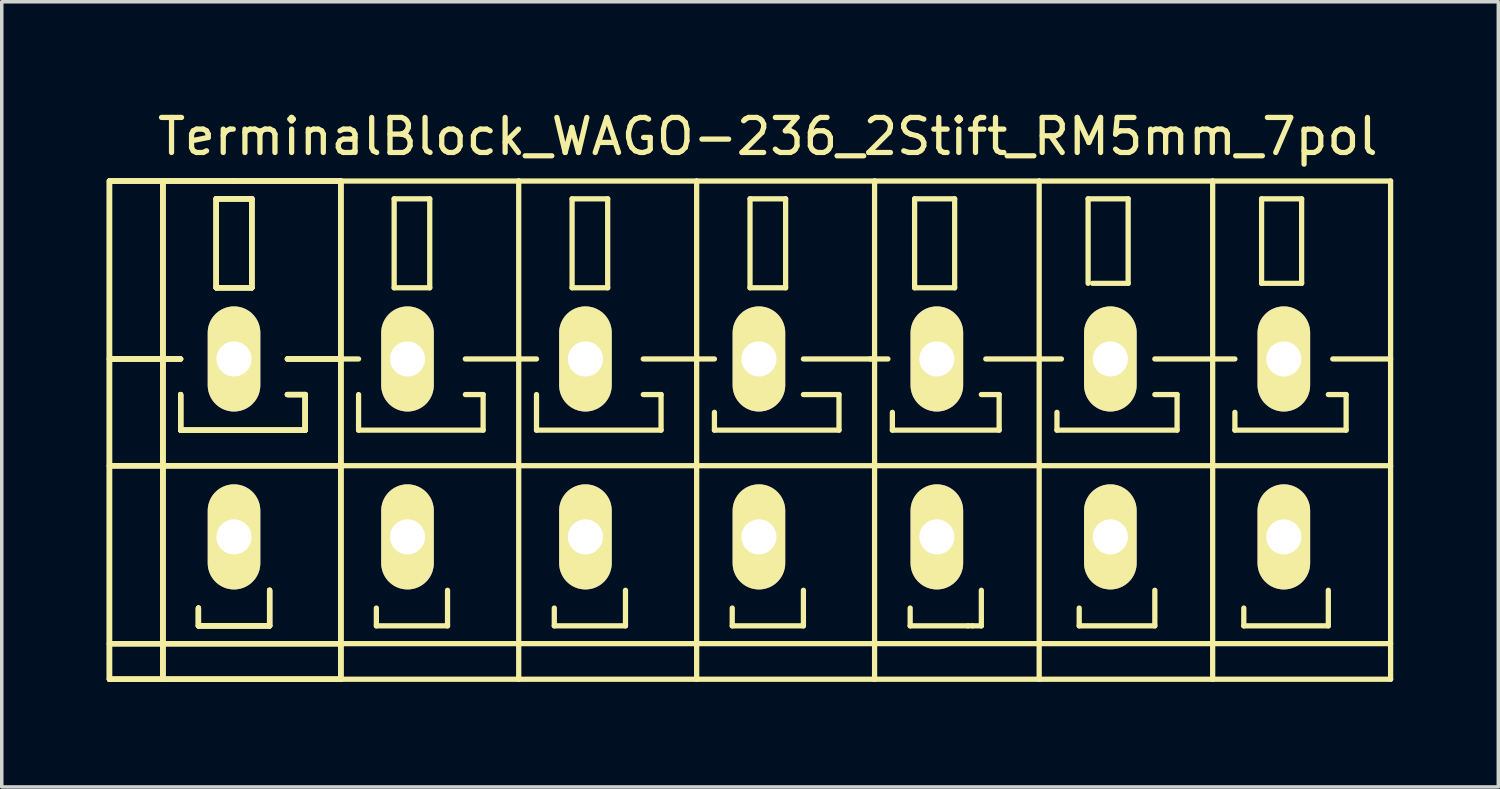
<source format=kicad_pcb>
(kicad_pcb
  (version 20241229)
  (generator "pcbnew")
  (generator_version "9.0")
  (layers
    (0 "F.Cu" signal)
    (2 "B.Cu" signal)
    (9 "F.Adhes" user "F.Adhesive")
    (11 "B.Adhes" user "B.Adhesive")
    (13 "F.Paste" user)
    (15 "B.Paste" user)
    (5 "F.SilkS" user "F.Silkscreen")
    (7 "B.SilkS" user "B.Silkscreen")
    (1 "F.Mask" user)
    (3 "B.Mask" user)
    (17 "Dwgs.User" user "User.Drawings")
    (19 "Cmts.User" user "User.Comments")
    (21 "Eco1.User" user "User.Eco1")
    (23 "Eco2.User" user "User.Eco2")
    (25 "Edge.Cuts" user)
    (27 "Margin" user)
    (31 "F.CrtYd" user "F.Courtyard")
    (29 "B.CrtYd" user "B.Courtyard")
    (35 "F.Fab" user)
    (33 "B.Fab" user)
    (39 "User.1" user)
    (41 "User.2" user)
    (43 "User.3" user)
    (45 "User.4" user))
  (footprint "TerminalBlock_WAGO-236_2Stift_RM5mm_7pol"
    (layer "F.Cu")
    (at 18.871 9.738)
    (property "Reference" "TerminalBlock_WAGO-236_2Stift_RM5mm_7pol" (at 0 -8.89 0) (layer "F.SilkS") (effects (font (size 1 1) (thickness 0.15))))
    (attr through_hole)
    (fp_line (start -18.796 -7.62) (end -17.272 -7.62) (stroke (width 0.15) (type solid)) (layer "F.SilkS"))
    (fp_line (start -18.796 -7.62) (end -17.272 -7.62) (stroke (width 0.15) (type solid)) (layer "F.SilkS"))
    (fp_line (start -18.796 -7.62) (end -17.272 -7.62) (stroke (width 0.15) (type solid)) (layer "F.SilkS"))
    (fp_line (start -18.796 -7.62) (end -17.272 -7.62) (stroke (width 0.15) (type solid)) (layer "F.SilkS"))
    (fp_line (start -18.796 -2.54) (end -16.764 -2.54) (stroke (width 0.15) (type solid)) (layer "F.SilkS"))
    (fp_line (start -18.796 -2.54) (end -16.764 -2.54) (stroke (width 0.15) (type solid)) (layer "F.SilkS"))
    (fp_line (start -18.796 -2.54) (end -16.764 -2.54) (stroke (width 0.15) (type solid)) (layer "F.SilkS"))
    (fp_line (start -18.796 -2.54) (end -16.764 -2.54) (stroke (width 0.15) (type solid)) (layer "F.SilkS"))
    (fp_line (start -18.796 0.508) (end -12.192 0.508) (stroke (width 0.15) (type solid)) (layer "F.SilkS"))
    (fp_line (start -18.796 0.508) (end -12.192 0.508) (stroke (width 0.15) (type solid)) (layer "F.SilkS"))
    (fp_line (start -18.796 0.508) (end -12.192 0.508) (stroke (width 0.15) (type solid)) (layer "F.SilkS"))
    (fp_line (start -18.796 0.508) (end -12.192 0.508) (stroke (width 0.15) (type solid)) (layer "F.SilkS"))
    (fp_line (start -18.796 5.588) (end -12.192 5.588) (stroke (width 0.15) (type solid)) (layer "F.SilkS"))
    (fp_line (start -18.796 5.588) (end -12.192 5.588) (stroke (width 0.15) (type solid)) (layer "F.SilkS"))
    (fp_line (start -18.796 5.588) (end -12.192 5.588) (stroke (width 0.15) (type solid)) (layer "F.SilkS"))
    (fp_line (start -18.796 5.588) (end -12.192 5.588) (stroke (width 0.15) (type solid)) (layer "F.SilkS"))
    (fp_line (start -18.796 6.604) (end -18.796 -7.62) (stroke (width 0.15) (type solid)) (layer "F.SilkS"))
    (fp_line (start -18.796 6.604) (end -18.796 -7.62) (stroke (width 0.15) (type solid)) (layer "F.SilkS"))
    (fp_line (start -18.796 6.604) (end -18.796 -7.62) (stroke (width 0.15) (type solid)) (layer "F.SilkS"))
    (fp_line (start -18.796 6.604) (end -18.796 -7.62) (stroke (width 0.15) (type solid)) (layer "F.SilkS"))
    (fp_line (start -17.272 -7.62) (end -15.24 -7.62) (stroke (width 0.15) (type solid)) (layer "F.SilkS"))
    (fp_line (start -17.272 -7.62) (end -15.24 -7.62) (stroke (width 0.15) (type solid)) (layer "F.SilkS"))
    (fp_line (start -17.272 -7.62) (end -15.24 -7.62) (stroke (width 0.15) (type solid)) (layer "F.SilkS"))
    (fp_line (start -17.272 -7.62) (end -15.24 -7.62) (stroke (width 0.15) (type solid)) (layer "F.SilkS"))
    (fp_line (start -17.272 6.604) (end -18.796 6.604) (stroke (width 0.15) (type solid)) (layer "F.SilkS"))
    (fp_line (start -17.272 6.604) (end -18.796 6.604) (stroke (width 0.15) (type solid)) (layer "F.SilkS"))
    (fp_line (start -17.272 6.604) (end -18.796 6.604) (stroke (width 0.15) (type solid)) (layer "F.SilkS"))
    (fp_line (start -17.272 6.604) (end -18.796 6.604) (stroke (width 0.15) (type solid)) (layer "F.SilkS"))
    (fp_line (start -17.272 6.604) (end -17.272 -7.62) (stroke (width 0.15) (type solid)) (layer "F.SilkS"))
    (fp_line (start -17.272 6.604) (end -17.272 -7.62) (stroke (width 0.15) (type solid)) (layer "F.SilkS"))
    (fp_line (start -17.272 6.604) (end -17.272 -7.62) (stroke (width 0.15) (type solid)) (layer "F.SilkS"))
    (fp_line (start -17.272 6.604) (end -17.272 -7.62) (stroke (width 0.15) (type solid)) (layer "F.SilkS"))
    (fp_line (start -16.764 -1.524) (end -16.764 -0.508) (stroke (width 0.15) (type solid)) (layer "F.SilkS"))
    (fp_line (start -16.764 -1.524) (end -16.764 -0.508) (stroke (width 0.15) (type solid)) (layer "F.SilkS"))
    (fp_line (start -16.764 -1.524) (end -16.764 -0.508) (stroke (width 0.15) (type solid)) (layer "F.SilkS"))
    (fp_line (start -16.764 -1.524) (end -16.764 -0.508) (stroke (width 0.15) (type solid)) (layer "F.SilkS"))
    (fp_line (start -16.764 -0.508) (end -13.208 -0.508) (stroke (width 0.15) (type solid)) (layer "F.SilkS"))
    (fp_line (start -16.764 -0.508) (end -13.208 -0.508) (stroke (width 0.15) (type solid)) (layer "F.SilkS"))
    (fp_line (start -16.764 -0.508) (end -13.208 -0.508) (stroke (width 0.15) (type solid)) (layer "F.SilkS"))
    (fp_line (start -16.764 -0.508) (end -13.208 -0.508) (stroke (width 0.15) (type solid)) (layer "F.SilkS"))
    (fp_line (start -16.256 4.572) (end -16.256 5.08) (stroke (width 0.15) (type solid)) (layer "F.SilkS"))
    (fp_line (start -16.256 4.572) (end -16.256 5.08) (stroke (width 0.15) (type solid)) (layer "F.SilkS"))
    (fp_line (start -16.256 4.572) (end -16.256 5.08) (stroke (width 0.15) (type solid)) (layer "F.SilkS"))
    (fp_line (start -16.256 4.572) (end -16.256 5.08) (stroke (width 0.15) (type solid)) (layer "F.SilkS"))
    (fp_line (start -16.256 5.08) (end -14.224 5.08) (stroke (width 0.15) (type solid)) (layer "F.SilkS"))
    (fp_line (start -16.256 5.08) (end -14.224 5.08) (stroke (width 0.15) (type solid)) (layer "F.SilkS"))
    (fp_line (start -16.256 5.08) (end -14.224 5.08) (stroke (width 0.15) (type solid)) (layer "F.SilkS"))
    (fp_line (start -16.256 5.08) (end -14.224 5.08) (stroke (width 0.15) (type solid)) (layer "F.SilkS"))
    (fp_line (start -15.748 -7.112) (end -14.732 -7.112) (stroke (width 0.15) (type solid)) (layer "F.SilkS"))
    (fp_line (start -15.748 -7.112) (end -14.732 -7.112) (stroke (width 0.15) (type solid)) (layer "F.SilkS"))
    (fp_line (start -15.748 -7.112) (end -14.732 -7.112) (stroke (width 0.15) (type solid)) (layer "F.SilkS"))
    (fp_line (start -15.748 -7.112) (end -14.732 -7.112) (stroke (width 0.15) (type solid)) (layer "F.SilkS"))
    (fp_line (start -15.748 -4.572) (end -15.748 -7.112) (stroke (width 0.15) (type solid)) (layer "F.SilkS"))
    (fp_line (start -15.748 -4.572) (end -15.748 -7.112) (stroke (width 0.15) (type solid)) (layer "F.SilkS"))
    (fp_line (start -15.748 -4.572) (end -15.748 -7.112) (stroke (width 0.15) (type solid)) (layer "F.SilkS"))
    (fp_line (start -15.748 -4.572) (end -15.748 -7.112) (stroke (width 0.15) (type solid)) (layer "F.SilkS"))
    (fp_line (start -15.24 -7.62) (end -12.192 -7.62) (stroke (width 0.15) (type solid)) (layer "F.SilkS"))
    (fp_line (start -15.24 -7.62) (end -12.192 -7.62) (stroke (width 0.15) (type solid)) (layer "F.SilkS"))
    (fp_line (start -15.24 -7.62) (end -12.192 -7.62) (stroke (width 0.15) (type solid)) (layer "F.SilkS"))
    (fp_line (start -15.24 -7.62) (end -12.192 -7.62) (stroke (width 0.15) (type solid)) (layer "F.SilkS"))
    (fp_line (start -14.732 -7.112) (end -14.732 -4.572) (stroke (width 0.15) (type solid)) (layer "F.SilkS"))
    (fp_line (start -14.732 -7.112) (end -14.732 -4.572) (stroke (width 0.15) (type solid)) (layer "F.SilkS"))
    (fp_line (start -14.732 -7.112) (end -14.732 -4.572) (stroke (width 0.15) (type solid)) (layer "F.SilkS"))
    (fp_line (start -14.732 -7.112) (end -14.732 -4.572) (stroke (width 0.15) (type solid)) (layer "F.SilkS"))
    (fp_line (start -14.732 -4.572) (end -15.748 -4.572) (stroke (width 0.15) (type solid)) (layer "F.SilkS"))
    (fp_line (start -14.732 -4.572) (end -15.748 -4.572) (stroke (width 0.15) (type solid)) (layer "F.SilkS"))
    (fp_line (start -14.732 -4.572) (end -15.748 -4.572) (stroke (width 0.15) (type solid)) (layer "F.SilkS"))
    (fp_line (start -14.732 -4.572) (end -15.748 -4.572) (stroke (width 0.15) (type solid)) (layer "F.SilkS"))
    (fp_line (start -14.224 5.08) (end -14.224 4.064) (stroke (width 0.15) (type solid)) (layer "F.SilkS"))
    (fp_line (start -14.224 5.08) (end -14.224 4.064) (stroke (width 0.15) (type solid)) (layer "F.SilkS"))
    (fp_line (start -14.224 5.08) (end -14.224 4.064) (stroke (width 0.15) (type solid)) (layer "F.SilkS"))
    (fp_line (start -14.224 5.08) (end -14.224 4.064) (stroke (width 0.15) (type solid)) (layer "F.SilkS"))
    (fp_line (start -13.716 -2.54) (end -12.192 -2.54) (stroke (width 0.15) (type solid)) (layer "F.SilkS"))
    (fp_line (start -13.716 -2.54) (end -12.192 -2.54) (stroke (width 0.15) (type solid)) (layer "F.SilkS"))
    (fp_line (start -13.716 -2.54) (end -12.192 -2.54) (stroke (width 0.15) (type solid)) (layer "F.SilkS"))
    (fp_line (start -13.716 -2.54) (end -12.192 -2.54) (stroke (width 0.15) (type solid)) (layer "F.SilkS"))
    (fp_line (start -13.208 -1.524) (end -13.716 -1.524) (stroke (width 0.15) (type solid)) (layer "F.SilkS"))
    (fp_line (start -13.208 -1.524) (end -13.716 -1.524) (stroke (width 0.15) (type solid)) (layer "F.SilkS"))
    (fp_line (start -13.208 -1.524) (end -13.716 -1.524) (stroke (width 0.15) (type solid)) (layer "F.SilkS"))
    (fp_line (start -13.208 -1.524) (end -13.716 -1.524) (stroke (width 0.15) (type solid)) (layer "F.SilkS"))
    (fp_line (start -13.208 -0.508) (end -13.208 -1.524) (stroke (width 0.15) (type solid)) (layer "F.SilkS"))
    (fp_line (start -13.208 -0.508) (end -13.208 -1.524) (stroke (width 0.15) (type solid)) (layer "F.SilkS"))
    (fp_line (start -13.208 -0.508) (end -13.208 -1.524) (stroke (width 0.15) (type solid)) (layer "F.SilkS"))
    (fp_line (start -13.208 -0.508) (end -13.208 -1.524) (stroke (width 0.15) (type solid)) (layer "F.SilkS"))
    (fp_line (start -12.192 -7.62) (end -12.192 6.604) (stroke (width 0.15) (type solid)) (layer "F.SilkS"))
    (fp_line (start -12.192 -7.62) (end -12.192 6.604) (stroke (width 0.15) (type solid)) (layer "F.SilkS"))
    (fp_line (start -12.192 -7.62) (end -12.192 6.604) (stroke (width 0.15) (type solid)) (layer "F.SilkS"))
    (fp_line (start -12.192 -7.62) (end -12.192 6.604) (stroke (width 0.15) (type solid)) (layer "F.SilkS"))
    (fp_line (start -12.192 -2.54) (end -11.684 -2.54) (stroke (width 0.15) (type solid)) (layer "F.SilkS"))
    (fp_line (start -12.192 0.508) (end -7.112 0.508) (stroke (width 0.15) (type solid)) (layer "F.SilkS"))
    (fp_line (start -12.192 5.588) (end -7.112 5.588) (stroke (width 0.15) (type solid)) (layer "F.SilkS"))
    (fp_line (start -12.192 6.604) (end -17.272 6.604) (stroke (width 0.15) (type solid)) (layer "F.SilkS"))
    (fp_line (start -12.192 6.604) (end -17.272 6.604) (stroke (width 0.15) (type solid)) (layer "F.SilkS"))
    (fp_line (start -12.192 6.604) (end -17.272 6.604) (stroke (width 0.15) (type solid)) (layer "F.SilkS"))
    (fp_line (start -12.192 6.604) (end -17.272 6.604) (stroke (width 0.15) (type solid)) (layer "F.SilkS"))
    (fp_line (start -12.192 6.604) (end -7.112 6.604) (stroke (width 0.15) (type solid)) (layer "F.SilkS"))
    (fp_line (start -11.684 -1.524) (end -11.684 -0.508) (stroke (width 0.15) (type solid)) (layer "F.SilkS"))
    (fp_line (start -11.684 -0.508) (end -8.128 -0.508) (stroke (width 0.15) (type solid)) (layer "F.SilkS"))
    (fp_line (start -11.176 4.572) (end -11.176 5.08) (stroke (width 0.15) (type solid)) (layer "F.SilkS"))
    (fp_line (start -11.176 5.08) (end -9.144 5.08) (stroke (width 0.15) (type solid)) (layer "F.SilkS"))
    (fp_line (start -10.668 -7.112) (end -10.668 -4.572) (stroke (width 0.15) (type solid)) (layer "F.SilkS"))
    (fp_line (start -10.668 -4.572) (end -9.652 -4.572) (stroke (width 0.15) (type solid)) (layer "F.SilkS"))
    (fp_line (start -9.652 -7.112) (end -10.668 -7.112) (stroke (width 0.15) (type solid)) (layer "F.SilkS"))
    (fp_line (start -9.652 -4.572) (end -9.652 -7.112) (stroke (width 0.15) (type solid)) (layer "F.SilkS"))
    (fp_line (start -9.144 5.08) (end -9.144 4.064) (stroke (width 0.15) (type solid)) (layer "F.SilkS"))
    (fp_line (start -8.636 -2.54) (end -7.112 -2.54) (stroke (width 0.15) (type solid)) (layer "F.SilkS"))
    (fp_line (start -8.128 -1.524) (end -8.636 -1.524) (stroke (width 0.15) (type solid)) (layer "F.SilkS"))
    (fp_line (start -8.128 -0.508) (end -8.128 -1.524) (stroke (width 0.15) (type solid)) (layer "F.SilkS"))
    (fp_line (start -7.112 -7.62) (end -12.192 -7.62) (stroke (width 0.15) (type solid)) (layer "F.SilkS"))
    (fp_line (start -7.112 -2.54) (end -6.604 -2.54) (stroke (width 0.15) (type solid)) (layer "F.SilkS"))
    (fp_line (start -7.112 0.508) (end -2.032 0.508) (stroke (width 0.15) (type solid)) (layer "F.SilkS"))
    (fp_line (start -7.112 5.588) (end -2.032 5.588) (stroke (width 0.15) (type solid)) (layer "F.SilkS"))
    (fp_line (start -7.112 6.604) (end -7.112 -7.62) (stroke (width 0.15) (type solid)) (layer "F.SilkS"))
    (fp_line (start -7.112 6.604) (end -2.032 6.604) (stroke (width 0.15) (type solid)) (layer "F.SilkS"))
    (fp_line (start -6.604 -1.524) (end -6.604 -0.508) (stroke (width 0.15) (type solid)) (layer "F.SilkS"))
    (fp_line (start -6.604 -0.508) (end -3.048 -0.508) (stroke (width 0.15) (type solid)) (layer "F.SilkS"))
    (fp_line (start -6.096 4.572) (end -6.096 5.08) (stroke (width 0.15) (type solid)) (layer "F.SilkS"))
    (fp_line (start -6.096 5.08) (end -4.064 5.08) (stroke (width 0.15) (type solid)) (layer "F.SilkS"))
    (fp_line (start -5.588 -7.112) (end -5.588 -4.572) (stroke (width 0.15) (type solid)) (layer "F.SilkS"))
    (fp_line (start -5.588 -4.572) (end -4.572 -4.572) (stroke (width 0.15) (type solid)) (layer "F.SilkS"))
    (fp_line (start -4.572 -7.112) (end -5.588 -7.112) (stroke (width 0.15) (type solid)) (layer "F.SilkS"))
    (fp_line (start -4.572 -4.572) (end -4.572 -7.112) (stroke (width 0.15) (type solid)) (layer "F.SilkS"))
    (fp_line (start -4.064 5.08) (end -4.064 4.064) (stroke (width 0.15) (type solid)) (layer "F.SilkS"))
    (fp_line (start -3.556 -2.54) (end -2.032 -2.54) (stroke (width 0.15) (type solid)) (layer "F.SilkS"))
    (fp_line (start -3.048 -1.524) (end -3.556 -1.524) (stroke (width 0.15) (type solid)) (layer "F.SilkS"))
    (fp_line (start -3.048 -0.508) (end -3.048 -1.524) (stroke (width 0.15) (type solid)) (layer "F.SilkS"))
    (fp_line (start -2.032 -7.62) (end -7.112 -7.62) (stroke (width 0.15) (type solid)) (layer "F.SilkS"))
    (fp_line (start -2.032 -2.54) (end -1.524 -2.54) (stroke (width 0.15) (type solid)) (layer "F.SilkS"))
    (fp_line (start -2.032 0.508) (end 3.048 0.508) (stroke (width 0.15) (type solid)) (layer "F.SilkS"))
    (fp_line (start -2.032 5.588) (end 3.048 5.588) (stroke (width 0.15) (type solid)) (layer "F.SilkS"))
    (fp_line (start -2.032 6.604) (end -2.032 -7.62) (stroke (width 0.15) (type solid)) (layer "F.SilkS"))
    (fp_line (start -2.032 6.604) (end 3.048 6.604) (stroke (width 0.15) (type solid)) (layer "F.SilkS"))
    (fp_line (start -1.524 -1.016) (end -1.524 -0.508) (stroke (width 0.15) (type solid)) (layer "F.SilkS"))
    (fp_line (start -1.524 -0.508) (end 2.032 -0.508) (stroke (width 0.15) (type solid)) (layer "F.SilkS"))
    (fp_line (start -1.016 4.572) (end -1.016 5.08) (stroke (width 0.15) (type solid)) (layer "F.SilkS"))
    (fp_line (start -1.016 5.08) (end 1.016 5.08) (stroke (width 0.15) (type solid)) (layer "F.SilkS"))
    (fp_line (start -0.508 -7.112) (end -0.508 -4.572) (stroke (width 0.15) (type solid)) (layer "F.SilkS"))
    (fp_line (start -0.508 -4.572) (end 0.508 -4.572) (stroke (width 0.15) (type solid)) (layer "F.SilkS"))
    (fp_line (start 0.508 -7.112) (end -0.508 -7.112) (stroke (width 0.15) (type solid)) (layer "F.SilkS"))
    (fp_line (start 0.508 -4.572) (end 0.508 -7.112) (stroke (width 0.15) (type solid)) (layer "F.SilkS"))
    (fp_line (start 1.016 -2.54) (end 3.048 -2.54) (stroke (width 0.15) (type solid)) (layer "F.SilkS"))
    (fp_line (start 1.016 5.08) (end 1.016 4.064) (stroke (width 0.15) (type solid)) (layer "F.SilkS"))
    (fp_line (start 2.032 -1.524) (end 1.016 -1.524) (stroke (width 0.15) (type solid)) (layer "F.SilkS"))
    (fp_line (start 2.032 -0.508) (end 2.032 -1.524) (stroke (width 0.15) (type solid)) (layer "F.SilkS"))
    (fp_line (start 2.921 -2.54) (end 3.429 -2.54) (stroke (width 0.15) (type solid)) (layer "F.SilkS"))
    (fp_line (start 3.048 -7.62) (end -2.032 -7.62) (stroke (width 0.15) (type solid)) (layer "F.SilkS"))
    (fp_line (start 3.048 0.508) (end 7.747 0.508) (stroke (width 0.15) (type solid)) (layer "F.SilkS"))
    (fp_line (start 3.048 5.588) (end 7.747 5.588) (stroke (width 0.15) (type solid)) (layer "F.SilkS"))
    (fp_line (start 3.048 6.604) (end 3.048 -7.62) (stroke (width 0.15) (type solid)) (layer "F.SilkS"))
    (fp_line (start 3.048 6.604) (end 7.747 6.604) (stroke (width 0.15) (type solid)) (layer "F.SilkS"))
    (fp_line (start 3.556 -1.016) (end 3.556 -0.508) (stroke (width 0.15) (type solid)) (layer "F.SilkS"))
    (fp_line (start 3.556 -0.508) (end 6.604 -0.508) (stroke (width 0.15) (type solid)) (layer "F.SilkS"))
    (fp_line (start 4.064 4.572) (end 4.064 5.08) (stroke (width 0.15) (type solid)) (layer "F.SilkS"))
    (fp_line (start 4.064 5.08) (end 5.715 5.08) (stroke (width 0.15) (type solid)) (layer "F.SilkS"))
    (fp_line (start 4.191 -7.112) (end 5.334 -7.112) (stroke (width 0.15) (type solid)) (layer "F.SilkS"))
    (fp_line (start 4.191 -4.572) (end 4.191 -7.112) (stroke (width 0.15) (type solid)) (layer "F.SilkS"))
    (fp_line (start 5.334 -7.112) (end 5.334 -4.572) (stroke (width 0.15) (type solid)) (layer "F.SilkS"))
    (fp_line (start 5.334 -4.572) (end 4.191 -4.572) (stroke (width 0.15) (type solid)) (layer "F.SilkS"))
    (fp_line (start 5.715 5.08) (end 5.842 5.08) (stroke (width 0.15) (type solid)) (layer "F.SilkS"))
    (fp_line (start 5.842 5.08) (end 6.096 5.08) (stroke (width 0.15) (type solid)) (layer "F.SilkS"))
    (fp_line (start 6.096 5.08) (end 6.096 4.064) (stroke (width 0.15) (type solid)) (layer "F.SilkS"))
    (fp_line (start 6.223 -2.54) (end 7.747 -2.54) (stroke (width 0.15) (type solid)) (layer "F.SilkS"))
    (fp_line (start 6.604 -1.524) (end 6.096 -1.524) (stroke (width 0.15) (type solid)) (layer "F.SilkS"))
    (fp_line (start 6.604 -0.508) (end 6.604 -1.524) (stroke (width 0.15) (type solid)) (layer "F.SilkS"))
    (fp_line (start 7.747 -7.62) (end 3.048 -7.62) (stroke (width 0.15) (type solid)) (layer "F.SilkS"))
    (fp_line (start 7.747 -2.54) (end 8.382 -2.54) (stroke (width 0.15) (type solid)) (layer "F.SilkS"))
    (fp_line (start 7.747 0.508) (end 12.7 0.508) (stroke (width 0.15) (type solid)) (layer "F.SilkS"))
    (fp_line (start 7.747 5.588) (end 12.7 5.588) (stroke (width 0.15) (type solid)) (layer "F.SilkS"))
    (fp_line (start 7.747 6.604) (end 7.747 -7.62) (stroke (width 0.15) (type solid)) (layer "F.SilkS"))
    (fp_line (start 7.747 6.604) (end 12.7 6.604) (stroke (width 0.15) (type solid)) (layer "F.SilkS"))
    (fp_line (start 8.255 -1.016) (end 8.255 -0.508) (stroke (width 0.15) (type solid)) (layer "F.SilkS"))
    (fp_line (start 8.255 -0.508) (end 11.684 -0.508) (stroke (width 0.15) (type solid)) (layer "F.SilkS"))
    (fp_line (start 8.89 4.572) (end 8.89 5.08) (stroke (width 0.15) (type solid)) (layer "F.SilkS"))
    (fp_line (start 8.89 5.08) (end 11.049 5.08) (stroke (width 0.15) (type solid)) (layer "F.SilkS"))
    (fp_line (start 9.144 -7.112) (end 9.144 -4.699) (stroke (width 0.15) (type solid)) (layer "F.SilkS"))
    (fp_line (start 9.271 -4.699) (end 10.287 -4.699) (stroke (width 0.15) (type solid)) (layer "F.SilkS"))
    (fp_line (start 10.287 -7.112) (end 9.144 -7.112) (stroke (width 0.15) (type solid)) (layer "F.SilkS"))
    (fp_line (start 10.287 -4.699) (end 10.287 -7.112) (stroke (width 0.15) (type solid)) (layer "F.SilkS"))
    (fp_line (start 11.049 -2.54) (end 12.7 -2.54) (stroke (width 0.15) (type solid)) (layer "F.SilkS"))
    (fp_line (start 11.049 5.08) (end 11.049 4.064) (stroke (width 0.15) (type solid)) (layer "F.SilkS"))
    (fp_line (start 11.684 -1.524) (end 11.049 -1.524) (stroke (width 0.15) (type solid)) (layer "F.SilkS"))
    (fp_line (start 11.684 -0.508) (end 11.684 -1.524) (stroke (width 0.15) (type solid)) (layer "F.SilkS"))
    (fp_line (start 12.7 -7.62) (end 7.747 -7.62) (stroke (width 0.15) (type solid)) (layer "F.SilkS"))
    (fp_line (start 12.7 -2.54) (end 13.335 -2.54) (stroke (width 0.15) (type solid)) (layer "F.SilkS"))
    (fp_line (start 12.7 0.508) (end 17.78 0.508) (stroke (width 0.15) (type solid)) (layer "F.SilkS"))
    (fp_line (start 12.7 5.588) (end 17.78 5.588) (stroke (width 0.15) (type solid)) (layer "F.SilkS"))
    (fp_line (start 12.7 6.604) (end 12.7 -7.62) (stroke (width 0.15) (type solid)) (layer "F.SilkS"))
    (fp_line (start 12.7 6.604) (end 17.78 6.604) (stroke (width 0.15) (type solid)) (layer "F.SilkS"))
    (fp_line (start 13.335 -1.016) (end 13.335 -0.508) (stroke (width 0.15) (type solid)) (layer "F.SilkS"))
    (fp_line (start 13.335 -0.508) (end 16.51 -0.508) (stroke (width 0.15) (type solid)) (layer "F.SilkS"))
    (fp_line (start 13.589 4.572) (end 13.589 5.08) (stroke (width 0.15) (type solid)) (layer "F.SilkS"))
    (fp_line (start 13.589 5.08) (end 16.002 5.08) (stroke (width 0.15) (type solid)) (layer "F.SilkS"))
    (fp_line (start 14.097 -7.112) (end 14.097 -4.699) (stroke (width 0.15) (type solid)) (layer "F.SilkS"))
    (fp_line (start 14.097 -4.699) (end 15.24 -4.699) (stroke (width 0.15) (type solid)) (layer "F.SilkS"))
    (fp_line (start 15.24 -7.112) (end 14.097 -7.112) (stroke (width 0.15) (type solid)) (layer "F.SilkS"))
    (fp_line (start 15.24 -4.699) (end 15.24 -7.112) (stroke (width 0.15) (type solid)) (layer "F.SilkS"))
    (fp_line (start 16.002 5.08) (end 16.002 4.064) (stroke (width 0.15) (type solid)) (layer "F.SilkS"))
    (fp_line (start 16.129 -2.54) (end 17.78 -2.54) (stroke (width 0.15) (type solid)) (layer "F.SilkS"))
    (fp_line (start 16.51 -1.524) (end 16.002 -1.524) (stroke (width 0.15) (type solid)) (layer "F.SilkS"))
    (fp_line (start 16.51 -0.508) (end 16.51 -1.524) (stroke (width 0.15) (type solid)) (layer "F.SilkS"))
    (fp_line (start 17.78 -7.62) (end 12.7 -7.62) (stroke (width 0.15) (type solid)) (layer "F.SilkS"))
    (fp_line (start 17.78 6.604) (end 17.78 -7.62) (stroke (width 0.15) (type solid)) (layer "F.SilkS"))
    (pad "1" thru_hole oval (at -15.24 -2.54 90) (size 3 1.501) (drill 1.001) (layers "*.Cu" "*.Mask" "F.SilkS"))
    (pad "1" thru_hole oval (at -15.24 2.54 90) (size 3 1.501) (drill 1.001) (layers "*.Cu" "*.Mask" "F.SilkS"))
    (pad "2" thru_hole oval (at -10.287 -2.54 90) (size 3 1.501) (drill 1.001) (layers "*.Cu" "*.Mask" "F.SilkS"))
    (pad "2" thru_hole oval (at -10.287 2.54 90) (size 3 1.501) (drill 1.001) (layers "*.Cu" "*.Mask" "F.SilkS"))
    (pad "3" thru_hole oval (at -5.207 -2.54 90) (size 3 1.501) (drill 1.001) (layers "*.Cu" "*.Mask" "F.SilkS"))
    (pad "3" thru_hole oval (at -5.207 2.54 90) (size 3 1.501) (drill 1.001) (layers "*.Cu" "*.Mask" "F.SilkS"))
    (pad "4" thru_hole oval (at -0.254 -2.54 90) (size 3 1.501) (drill 1.001) (layers "*.Cu" "*.Mask" "F.SilkS"))
    (pad "4" thru_hole oval (at -0.254 2.54 90) (size 3 1.501) (drill 1.001) (layers "*.Cu" "*.Mask" "F.SilkS"))
    (pad "5" thru_hole oval (at 4.826 -2.54 90) (size 3 1.501) (drill 1.001) (layers "*.Cu" "*.Mask" "F.SilkS"))
    (pad "5" thru_hole oval (at 4.826 2.54 90) (size 3 1.501) (drill 1.001) (layers "*.Cu" "*.Mask" "F.SilkS"))
    (pad "6" thru_hole oval (at 9.779 -2.54 90) (size 3 1.501) (drill 1.001) (layers "*.Cu" "*.Mask" "F.SilkS"))
    (pad "6" thru_hole oval (at 9.779 2.54 90) (size 3 1.501) (drill 1.001) (layers "*.Cu" "*.Mask" "F.SilkS"))
    (pad "7" thru_hole oval (at 14.732 -2.54 90) (size 3 1.501) (drill 1.001) (layers "*.Cu" "*.Mask" "F.SilkS"))
    (pad "7" thru_hole oval (at 14.732 2.54 90) (size 3 1.501) (drill 1.001) (layers "*.Cu" "*.Mask" "F.SilkS")))
  (gr_rect
    (start -3 -3)
    (end 39.726 19.417)
    (stroke (width 0.1) (type default))
    (fill no)
    (layer "Edge.Cuts")))
</source>
